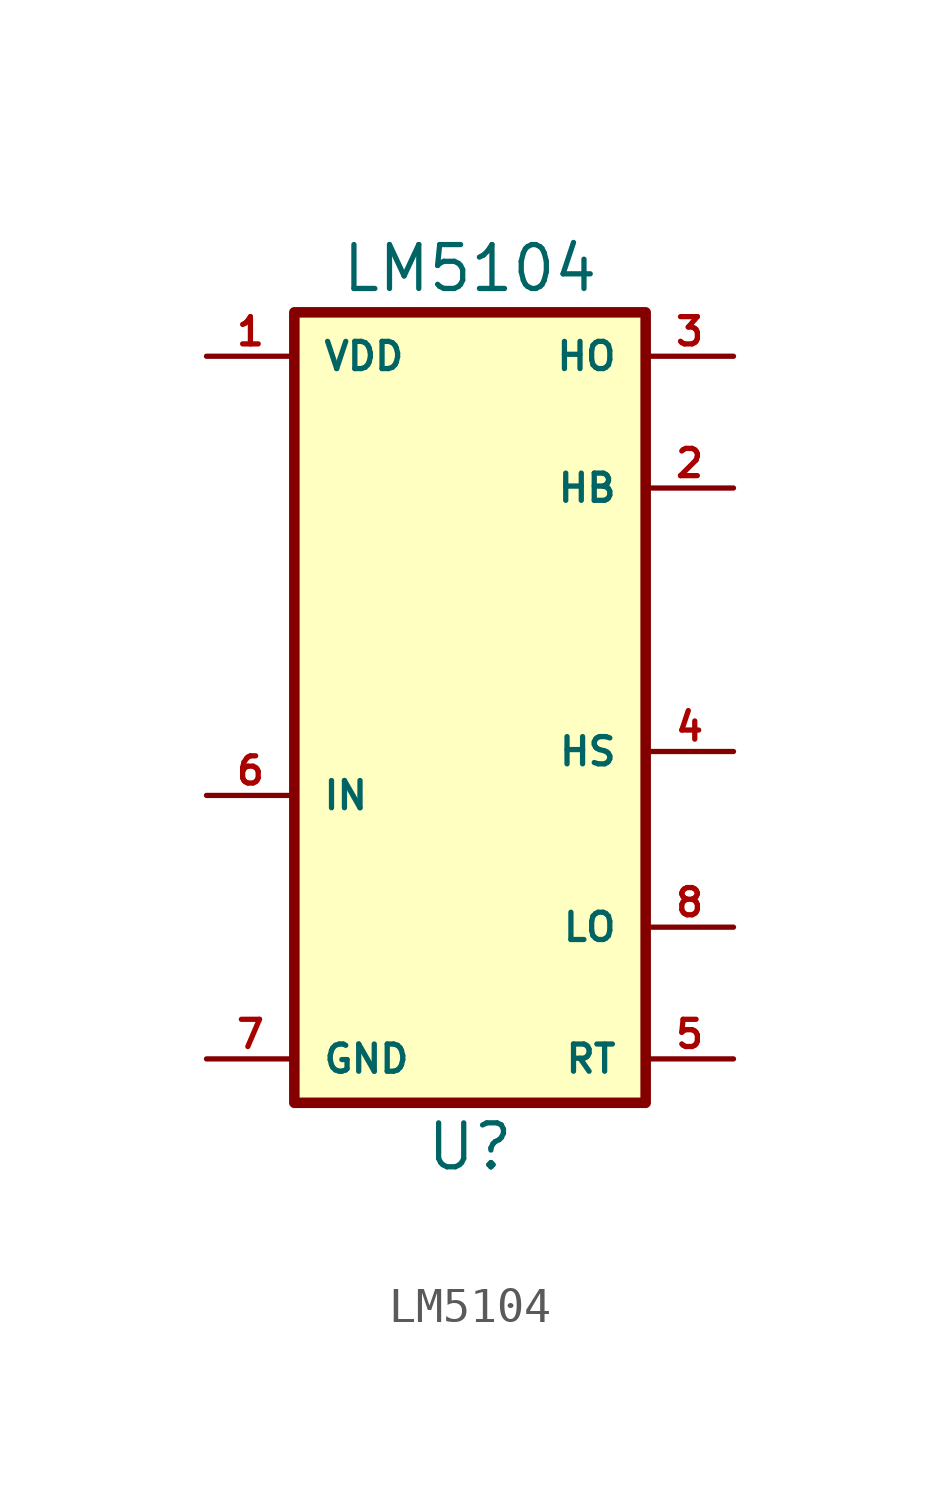
<source format=kicad_sym>
(kicad_symbol_lib
  (version 20211014)
  (generator kicad_symbol_editor)
  (symbol "LM5104"
    (pin_names
      (offset 0.787))
    (property "Reference" "U"
      (at 0 -12.7 0)
      (effects (font (size 1.27 1.27))))
    (property "Value" "LM5104"
      (at 0 12.7 0)
      (effects (font (size 1.27 1.27))))
    (symbol "LM5104_0_1"
      (rectangle (start -5.08 11.43) (end 5.08 -11.43) (stroke (width 0.305) (type default) (color 0 0 0 0)) (fill (type background))))
    (symbol "LM5104_1_1"
      (pin power_in line (at -7.62 10.16 0) (length 2.54) (name "VDD" (effects (font (size 0.787 0.787)))) (number "1" (effects (font (size 0.787 0.787)))))
      (pin output line (at 7.62 6.35 180) (length 2.54) (name "HB" (effects (font (size 0.787 0.787)))) (number "2" (effects (font (size 0.787 0.787)))))
      (pin output line (at 7.62 10.16 180) (length 2.54) (name "HO" (effects (font (size 0.787 0.787)))) (number "3" (effects (font (size 0.787 0.787)))))
      (pin input line (at 7.62 -1.27 180) (length 2.54) (name "HS" (effects (font (size 0.787 0.787)))) (number "4" (effects (font (size 0.787 0.787)))))
      (pin output line (at 7.62 -10.16 180) (length 2.54) (name "RT" (effects (font (size 0.787 0.787)))) (number "5" (effects (font (size 0.787 0.787)))))
      (pin input line (at -7.62 -2.54 0) (length 2.54) (name "IN" (effects (font (size 0.787 0.787)))) (number "6" (effects (font (size 0.787 0.787)))))
      (pin power_in line (at -7.62 -10.16 0) (length 2.54) (name "GND" (effects (font (size 0.787 0.787)))) (number "7" (effects (font (size 0.787 0.787)))))
      (pin output line (at 7.62 -6.35 180) (length 2.54) (name "LO" (effects (font (size 0.787 0.787)))) (number "8" (effects (font (size 0.787 0.787))))))))
</source>
